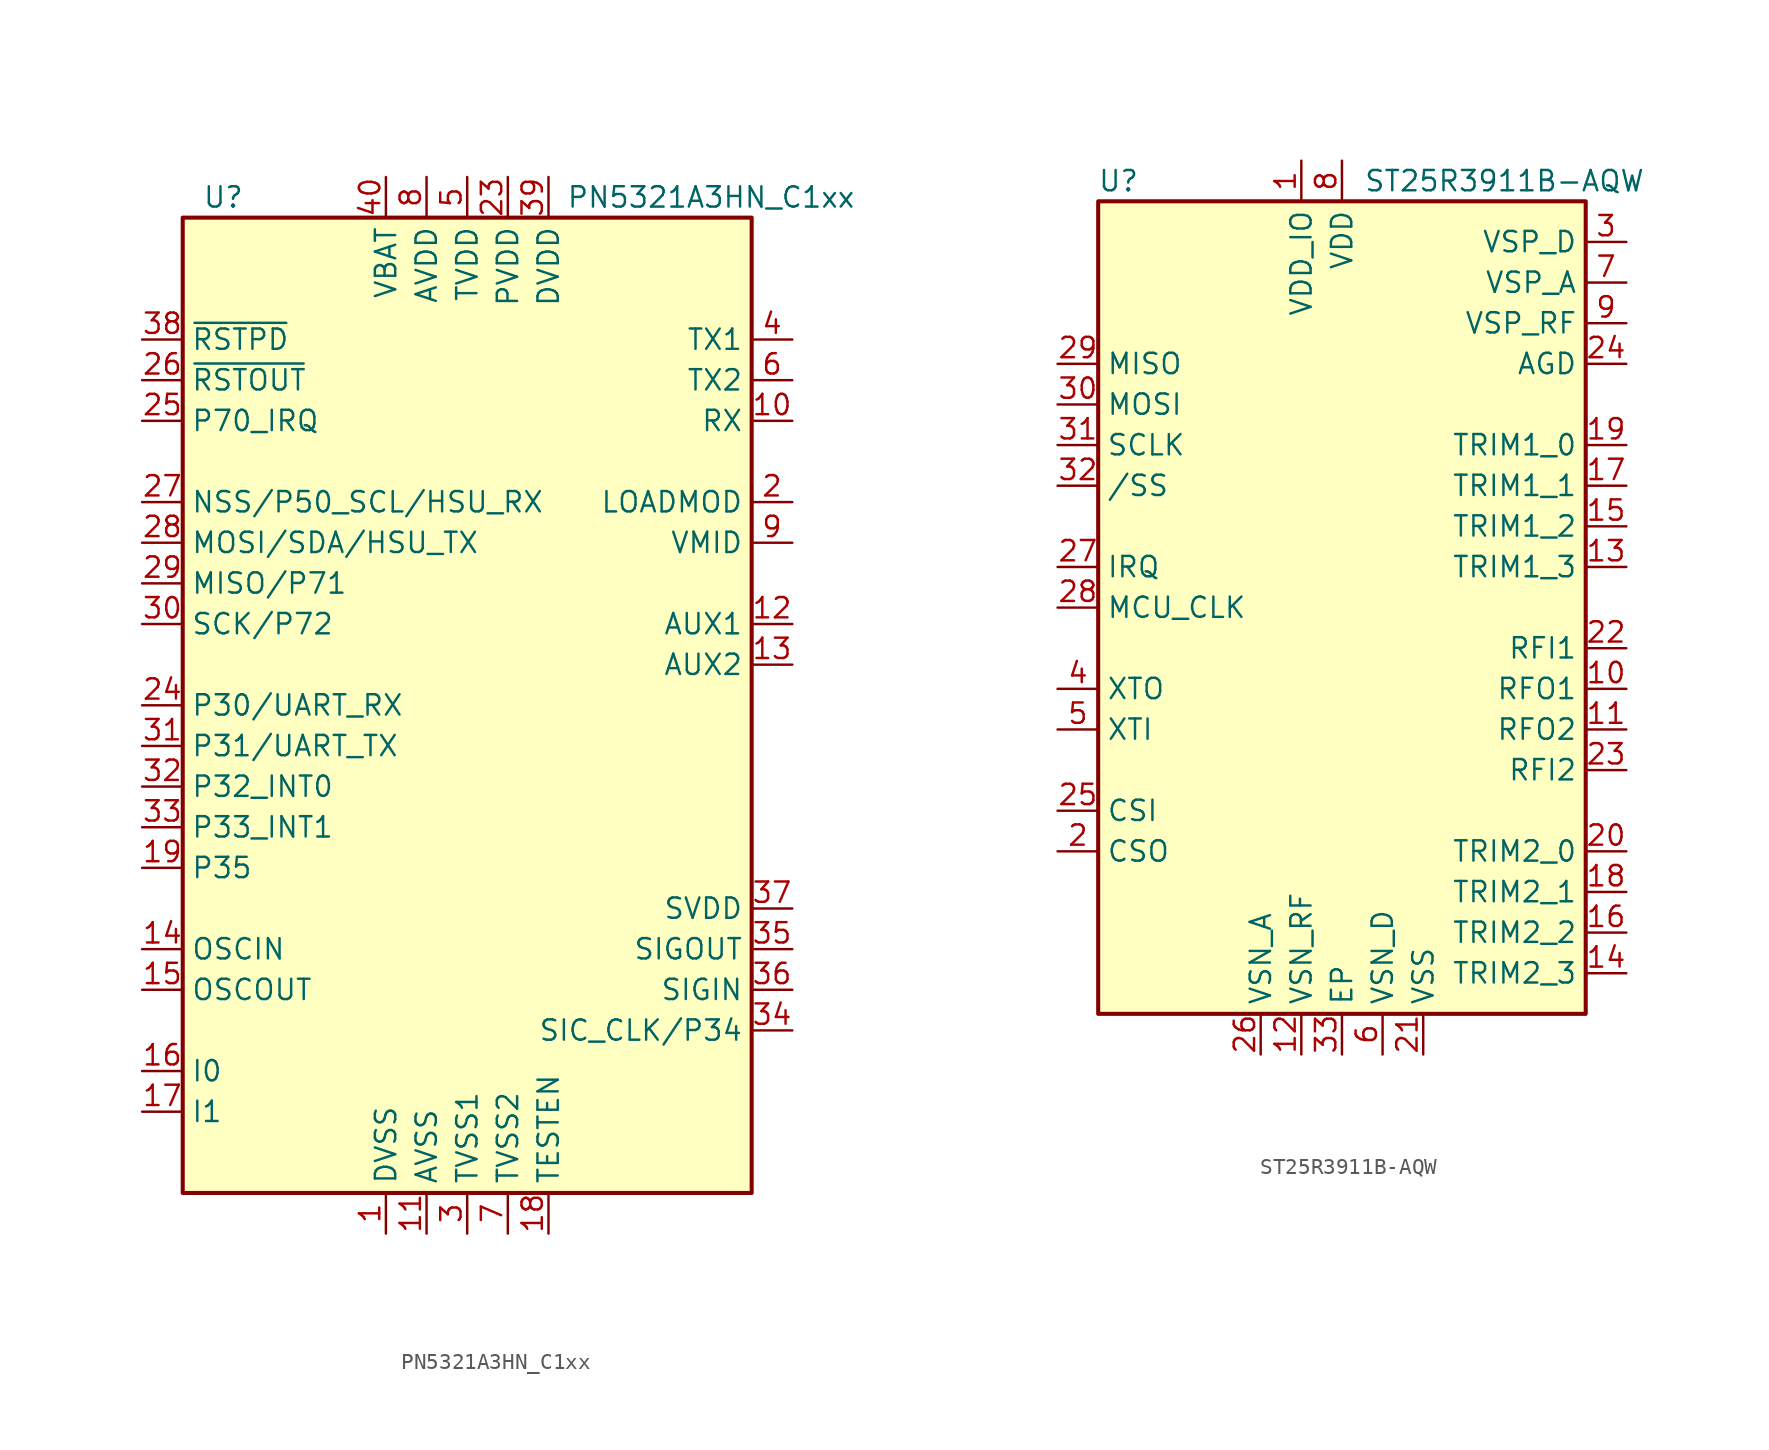
<source format=kicad_sym>
(kicad_symbol_lib
  (version 20220914)
  (generator kicad_symbol_editor)
  (symbol "PN5321A3HN_C1xx"
    (property "Reference" "U"
      (at -15.24 31.75 0)
      (effects (font (size 1.27 1.27))))
    (property "Value" "PN5321A3HN_C1xx"
      (at 15.24 31.75 0)
      (effects (font (size 1.27 1.27))))
    (symbol "PN5321A3HN_C1xx_0_1"
      (rectangle (start -17.78 30.48) (end 17.78 -30.48) (stroke (width 0.254) (type default)) (fill (type background))))
    (symbol "PN5321A3HN_C1xx_1_1"
      (pin power_in line (at -5.08 -33.02 90) (length 2.54) (name "DVSS" (effects (font (size 1.27 1.27)))) (number "1" (effects (font (size 1.27 1.27)))))
      (pin input line (at 20.32 17.78 180) (length 2.54) (name "RX" (effects (font (size 1.27 1.27)))) (number "10" (effects (font (size 1.27 1.27)))))
      (pin power_in line (at -2.54 -33.02 90) (length 2.54) (name "AVSS" (effects (font (size 1.27 1.27)))) (number "11" (effects (font (size 1.27 1.27)))))
      (pin output line (at 20.32 5.08 180) (length 2.54) (name "AUX1" (effects (font (size 1.27 1.27)))) (number "12" (effects (font (size 1.27 1.27)))))
      (pin output line (at 20.32 2.54 180) (length 2.54) (name "AUX2" (effects (font (size 1.27 1.27)))) (number "13" (effects (font (size 1.27 1.27)))))
      (pin input line (at -20.32 -15.24 0) (length 2.54) (name "OSCIN" (effects (font (size 1.27 1.27)))) (number "14" (effects (font (size 1.27 1.27)))))
      (pin output line (at -20.32 -17.78 0) (length 2.54) (name "OSCOUT" (effects (font (size 1.27 1.27)))) (number "15" (effects (font (size 1.27 1.27)))))
      (pin passive line (at -20.32 -22.86 0) (length 2.54) (name "I0" (effects (font (size 1.27 1.27)))) (number "16" (effects (font (size 1.27 1.27)))))
      (pin passive line (at -20.32 -25.4 0) (length 2.54) (name "I1" (effects (font (size 1.27 1.27)))) (number "17" (effects (font (size 1.27 1.27)))))
      (pin passive line (at 5.08 -33.02 90) (length 2.54) (name "TESTEN" (effects (font (size 1.27 1.27)))) (number "18" (effects (font (size 1.27 1.27)))))
      (pin bidirectional line (at -20.32 -10.16 0) (length 2.54) (name "P35" (effects (font (size 1.27 1.27)))) (number "19" (effects (font (size 1.27 1.27)))))
      (pin output line (at 20.32 12.7 180) (length 2.54) (name "LOADMOD" (effects (font (size 1.27 1.27)))) (number "2" (effects (font (size 1.27 1.27)))))
      (pin no_connect line (at 17.78 -2.54 180) (length 2.54) hide (name "N.C." (effects (font (size 1.27 1.27)))) (number "20" (effects (font (size 1.27 1.27)))))
      (pin no_connect line (at 17.78 -5.08 180) (length 2.54) hide (name "N.C." (effects (font (size 1.27 1.27)))) (number "21" (effects (font (size 1.27 1.27)))))
      (pin no_connect line (at 17.78 -7.62 180) (length 2.54) hide (name "N.C." (effects (font (size 1.27 1.27)))) (number "22" (effects (font (size 1.27 1.27)))))
      (pin power_in line (at 2.54 33.02 270) (length 2.54) (name "PVDD" (effects (font (size 1.27 1.27)))) (number "23" (effects (font (size 1.27 1.27)))))
      (pin bidirectional line (at -20.32 0 0) (length 2.54) (name "P30/UART_RX" (effects (font (size 1.27 1.27)))) (number "24" (effects (font (size 1.27 1.27)))))
      (pin bidirectional line (at -20.32 17.78 0) (length 2.54) (name "P70_IRQ" (effects (font (size 1.27 1.27)))) (number "25" (effects (font (size 1.27 1.27)))))
      (pin output line (at -20.32 20.32 0) (length 2.54) (name "~{RSTOUT}" (effects (font (size 1.27 1.27)))) (number "26" (effects (font (size 1.27 1.27)))))
      (pin bidirectional line (at -20.32 12.7 0) (length 2.54) (name "NSS/P50_SCL/HSU_RX" (effects (font (size 1.27 1.27)))) (number "27" (effects (font (size 1.27 1.27)))))
      (pin bidirectional line (at -20.32 10.16 0) (length 2.54) (name "MOSI/SDA/HSU_TX" (effects (font (size 1.27 1.27)))) (number "28" (effects (font (size 1.27 1.27)))))
      (pin bidirectional line (at -20.32 7.62 0) (length 2.54) (name "MISO/P71" (effects (font (size 1.27 1.27)))) (number "29" (effects (font (size 1.27 1.27)))))
      (pin power_in line (at 0 -33.02 90) (length 2.54) (name "TVSS1" (effects (font (size 1.27 1.27)))) (number "3" (effects (font (size 1.27 1.27)))))
      (pin bidirectional line (at -20.32 5.08 0) (length 2.54) (name "SCK/P72" (effects (font (size 1.27 1.27)))) (number "30" (effects (font (size 1.27 1.27)))))
      (pin bidirectional line (at -20.32 -2.54 0) (length 2.54) (name "P31/UART_TX" (effects (font (size 1.27 1.27)))) (number "31" (effects (font (size 1.27 1.27)))))
      (pin bidirectional line (at -20.32 -5.08 0) (length 2.54) (name "P32_INT0" (effects (font (size 1.27 1.27)))) (number "32" (effects (font (size 1.27 1.27)))))
      (pin bidirectional line (at -20.32 -7.62 0) (length 2.54) (name "P33_INT1" (effects (font (size 1.27 1.27)))) (number "33" (effects (font (size 1.27 1.27)))))
      (pin bidirectional line (at 20.32 -20.32 180) (length 2.54) (name "SIC_CLK/P34" (effects (font (size 1.27 1.27)))) (number "34" (effects (font (size 1.27 1.27)))))
      (pin output line (at 20.32 -15.24 180) (length 2.54) (name "SIGOUT" (effects (font (size 1.27 1.27)))) (number "35" (effects (font (size 1.27 1.27)))))
      (pin input line (at 20.32 -17.78 180) (length 2.54) (name "SIGIN" (effects (font (size 1.27 1.27)))) (number "36" (effects (font (size 1.27 1.27)))))
      (pin output line (at 20.32 -12.7 180) (length 2.54) (name "SVDD" (effects (font (size 1.27 1.27)))) (number "37" (effects (font (size 1.27 1.27)))))
      (pin input line (at -20.32 22.86 0) (length 2.54) (name "~{RSTPD}" (effects (font (size 1.27 1.27)))) (number "38" (effects (font (size 1.27 1.27)))))
      (pin power_out line (at 5.08 33.02 270) (length 2.54) (name "DVDD" (effects (font (size 1.27 1.27)))) (number "39" (effects (font (size 1.27 1.27)))))
      (pin output line (at 20.32 22.86 180) (length 2.54) (name "TX1" (effects (font (size 1.27 1.27)))) (number "4" (effects (font (size 1.27 1.27)))))
      (pin power_in line (at -5.08 33.02 270) (length 2.54) (name "VBAT" (effects (font (size 1.27 1.27)))) (number "40" (effects (font (size 1.27 1.27)))))
      (pin passive line (at -2.54 -33.02 90) (length 2.54) hide (name "AVSS" (effects (font (size 1.27 1.27)))) (number "41" (effects (font (size 1.27 1.27)))))
      (pin power_in line (at 0 33.02 270) (length 2.54) (name "TVDD" (effects (font (size 1.27 1.27)))) (number "5" (effects (font (size 1.27 1.27)))))
      (pin output line (at 20.32 20.32 180) (length 2.54) (name "TX2" (effects (font (size 1.27 1.27)))) (number "6" (effects (font (size 1.27 1.27)))))
      (pin power_in line (at 2.54 -33.02 90) (length 2.54) (name "TVSS2" (effects (font (size 1.27 1.27)))) (number "7" (effects (font (size 1.27 1.27)))))
      (pin power_in line (at -2.54 33.02 270) (length 2.54) (name "AVDD" (effects (font (size 1.27 1.27)))) (number "8" (effects (font (size 1.27 1.27)))))
      (pin output line (at 20.32 10.16 180) (length 2.54) (name "VMID" (effects (font (size 1.27 1.27)))) (number "9" (effects (font (size 1.27 1.27)))))))
  (symbol "ST25R3911B-AQW"
    (property "Reference" "U"
      (at -13.97 26.67 0)
      (effects (font (size 1.27 1.27))))
    (property "Value" "ST25R3911B-AQW"
      (at 10.16 26.67 0)
      (effects (font (size 1.27 1.27))))
    (symbol "ST25R3911B-AQW_0_1"
      (rectangle (start -15.24 25.4) (end 15.24 -25.4) (stroke (width 0.254) (type default)) (fill (type background))))
    (symbol "ST25R3911B-AQW_1_1"
      (pin power_in line (at -2.54 27.94 270) (length 2.54) (name "VDD_IO" (effects (font (size 1.27 1.27)))) (number "1" (effects (font (size 1.27 1.27)))))
      (pin output line (at 17.78 -5.08 180) (length 2.54) (name "RFO1" (effects (font (size 1.27 1.27)))) (number "10" (effects (font (size 1.27 1.27)))))
      (pin output line (at 17.78 -7.62 180) (length 2.54) (name "RFO2" (effects (font (size 1.27 1.27)))) (number "11" (effects (font (size 1.27 1.27)))))
      (pin power_in line (at -2.54 -27.94 90) (length 2.54) (name "VSN_RF" (effects (font (size 1.27 1.27)))) (number "12" (effects (font (size 1.27 1.27)))))
      (pin passive line (at 17.78 2.54 180) (length 2.54) (name "TRIM1_3" (effects (font (size 1.27 1.27)))) (number "13" (effects (font (size 1.27 1.27)))))
      (pin passive line (at 17.78 -22.86 180) (length 2.54) (name "TRIM2_3" (effects (font (size 1.27 1.27)))) (number "14" (effects (font (size 1.27 1.27)))))
      (pin passive line (at 17.78 5.08 180) (length 2.54) (name "TRIM1_2" (effects (font (size 1.27 1.27)))) (number "15" (effects (font (size 1.27 1.27)))))
      (pin passive line (at 17.78 -20.32 180) (length 2.54) (name "TRIM2_2" (effects (font (size 1.27 1.27)))) (number "16" (effects (font (size 1.27 1.27)))))
      (pin passive line (at 17.78 7.62 180) (length 2.54) (name "TRIM1_1" (effects (font (size 1.27 1.27)))) (number "17" (effects (font (size 1.27 1.27)))))
      (pin passive line (at 17.78 -17.78 180) (length 2.54) (name "TRIM2_1" (effects (font (size 1.27 1.27)))) (number "18" (effects (font (size 1.27 1.27)))))
      (pin passive line (at 17.78 10.16 180) (length 2.54) (name "TRIM1_0" (effects (font (size 1.27 1.27)))) (number "19" (effects (font (size 1.27 1.27)))))
      (pin output line (at -17.78 -15.24 0) (length 2.54) (name "CSO" (effects (font (size 1.27 1.27)))) (number "2" (effects (font (size 1.27 1.27)))))
      (pin passive line (at 17.78 -15.24 180) (length 2.54) (name "TRIM2_0" (effects (font (size 1.27 1.27)))) (number "20" (effects (font (size 1.27 1.27)))))
      (pin power_in line (at 5.08 -27.94 90) (length 2.54) (name "VSS" (effects (font (size 1.27 1.27)))) (number "21" (effects (font (size 1.27 1.27)))))
      (pin passive line (at 17.78 -2.54 180) (length 2.54) (name "RFI1" (effects (font (size 1.27 1.27)))) (number "22" (effects (font (size 1.27 1.27)))))
      (pin passive line (at 17.78 -10.16 180) (length 2.54) (name "RFI2" (effects (font (size 1.27 1.27)))) (number "23" (effects (font (size 1.27 1.27)))))
      (pin passive line (at 17.78 15.24 180) (length 2.54) (name "AGD" (effects (font (size 1.27 1.27)))) (number "24" (effects (font (size 1.27 1.27)))))
      (pin passive line (at -17.78 -12.7 0) (length 2.54) (name "CSI" (effects (font (size 1.27 1.27)))) (number "25" (effects (font (size 1.27 1.27)))))
      (pin power_in line (at -5.08 -27.94 90) (length 2.54) (name "VSN_A" (effects (font (size 1.27 1.27)))) (number "26" (effects (font (size 1.27 1.27)))))
      (pin output line (at -17.78 2.54 0) (length 2.54) (name "IRQ" (effects (font (size 1.27 1.27)))) (number "27" (effects (font (size 1.27 1.27)))))
      (pin output line (at -17.78 0 0) (length 2.54) (name "MCU_CLK" (effects (font (size 1.27 1.27)))) (number "28" (effects (font (size 1.27 1.27)))))
      (pin output line (at -17.78 15.24 0) (length 2.54) (name "MISO" (effects (font (size 1.27 1.27)))) (number "29" (effects (font (size 1.27 1.27)))))
      (pin power_out line (at 17.78 22.86 180) (length 2.54) (name "VSP_D" (effects (font (size 1.27 1.27)))) (number "3" (effects (font (size 1.27 1.27)))))
      (pin input line (at -17.78 12.7 0) (length 2.54) (name "MOSI" (effects (font (size 1.27 1.27)))) (number "30" (effects (font (size 1.27 1.27)))))
      (pin input line (at -17.78 10.16 0) (length 2.54) (name "SCLK" (effects (font (size 1.27 1.27)))) (number "31" (effects (font (size 1.27 1.27)))))
      (pin input line (at -17.78 7.62 0) (length 2.54) (name "/SS" (effects (font (size 1.27 1.27)))) (number "32" (effects (font (size 1.27 1.27)))))
      (pin power_in line (at 0 -27.94 90) (length 2.54) (name "EP" (effects (font (size 1.27 1.27)))) (number "33" (effects (font (size 1.27 1.27)))))
      (pin output line (at -17.78 -5.08 0) (length 2.54) (name "XTO" (effects (font (size 1.27 1.27)))) (number "4" (effects (font (size 1.27 1.27)))))
      (pin passive line (at -17.78 -7.62 0) (length 2.54) (name "XTI" (effects (font (size 1.27 1.27)))) (number "5" (effects (font (size 1.27 1.27)))))
      (pin power_in line (at 2.54 -27.94 90) (length 2.54) (name "VSN_D" (effects (font (size 1.27 1.27)))) (number "6" (effects (font (size 1.27 1.27)))))
      (pin power_out line (at 17.78 20.32 180) (length 2.54) (name "VSP_A" (effects (font (size 1.27 1.27)))) (number "7" (effects (font (size 1.27 1.27)))))
      (pin power_in line (at 0 27.94 270) (length 2.54) (name "VDD" (effects (font (size 1.27 1.27)))) (number "8" (effects (font (size 1.27 1.27)))))
      (pin power_out line (at 17.78 17.78 180) (length 2.54) (name "VSP_RF" (effects (font (size 1.27 1.27)))) (number "9" (effects (font (size 1.27 1.27))))))))
</source>
